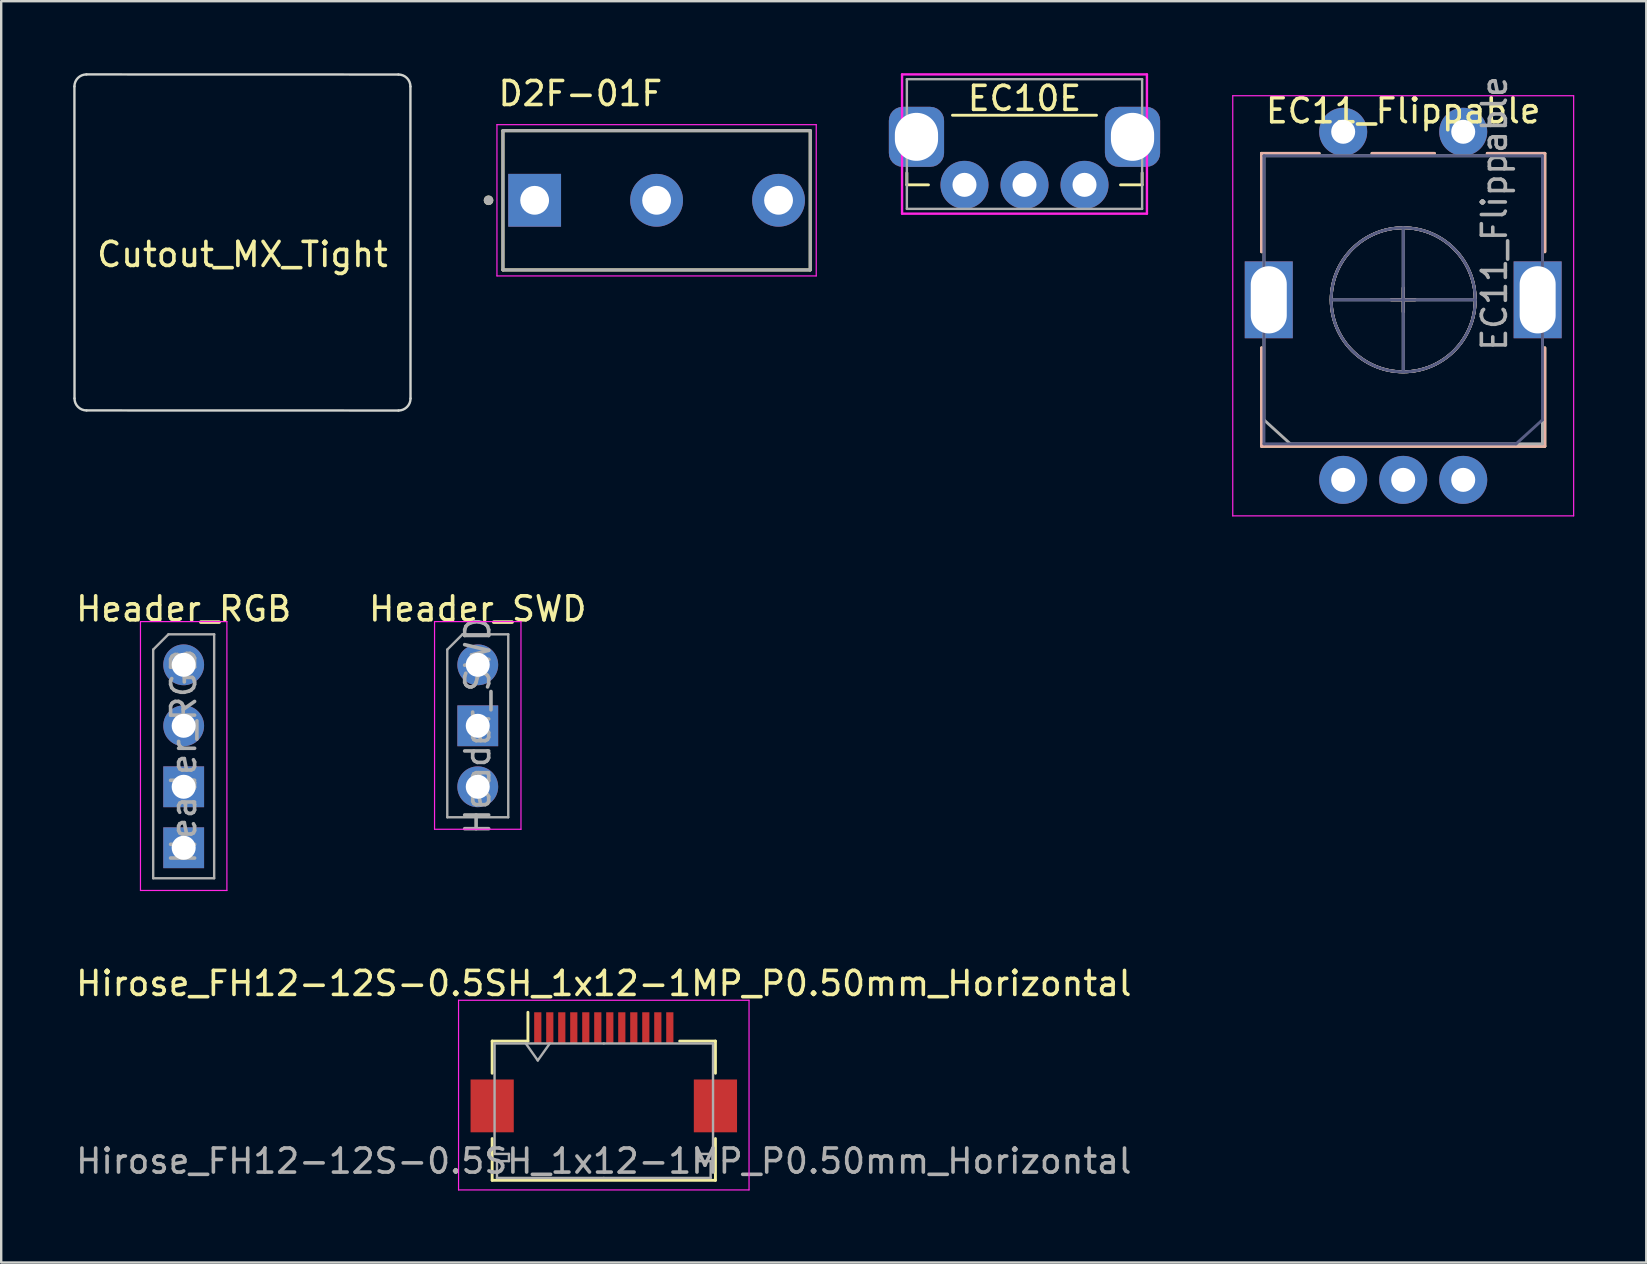
<source format=kicad_pcb>
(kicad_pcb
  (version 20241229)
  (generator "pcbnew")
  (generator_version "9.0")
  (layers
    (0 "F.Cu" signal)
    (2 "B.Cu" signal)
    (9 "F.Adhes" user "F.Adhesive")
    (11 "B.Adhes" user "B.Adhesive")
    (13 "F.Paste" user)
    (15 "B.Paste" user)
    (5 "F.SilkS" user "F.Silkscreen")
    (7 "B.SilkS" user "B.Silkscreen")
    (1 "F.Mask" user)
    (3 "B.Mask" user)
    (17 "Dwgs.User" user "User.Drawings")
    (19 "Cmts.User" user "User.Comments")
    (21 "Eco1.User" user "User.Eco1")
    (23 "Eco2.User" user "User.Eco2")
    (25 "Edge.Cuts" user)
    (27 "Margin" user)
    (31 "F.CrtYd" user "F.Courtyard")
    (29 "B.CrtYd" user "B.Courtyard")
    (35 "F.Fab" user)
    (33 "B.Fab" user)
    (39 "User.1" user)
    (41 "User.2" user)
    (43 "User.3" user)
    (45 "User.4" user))
  (footprint "Cutout_MX_Tight"
    (layer "F.Cu")
    (at 7.05 7.05)
    (property "Reference" "Cutout_MX_Tight" (at 0 0.5 0) (layer "F.SilkS") (effects (font (size 1 1) (thickness 0.15))))
    (attr through_hole)
    (fp_line (start -6.996 6.496) (end -7 -6.5) (stroke (width 0.1) (type solid)) (layer "Edge.Cuts"))
    (fp_line (start -6.496 6.996) (end 6.5 7) (stroke (width 0.1) (type solid)) (layer "Edge.Cuts"))
    (fp_line (start 6.496 -6.996) (end -6.5 -7) (stroke (width 0.1) (type solid)) (layer "Edge.Cuts"))
    (fp_line (start 6.996 -6.496) (end 7 6.5) (stroke (width 0.1) (type solid)) (layer "Edge.Cuts"))
    (fp_arc (start -7 -6.5) (mid -6.853554 -6.853554) (end -6.5 -7) (stroke (width 0.1) (type default)) (layer "Edge.Cuts"))
    (fp_arc (start -6.496445 6.996445) (mid -6.849984 6.849985) (end -6.996445 6.496445) (stroke (width 0.1) (type default)) (layer "Edge.Cuts"))
    (fp_arc (start 6.496446 -6.996446) (mid 6.85 -6.85) (end 6.996446 -6.496446) (stroke (width 0.1) (type default)) (layer "Edge.Cuts"))
    (fp_arc (start 7.000001 6.499999) (mid 6.853555 6.853553) (end 6.500001 6.999999) (stroke (width 0.1) (type default)) (layer "Edge.Cuts")))
  (footprint "Header_RGB"
    (layer "F.Cu")
    (at 4.601 24.643)
    (property "Reference" "Header_RGB" (at 0 -2.33 0) (layer "F.SilkS") (effects (font (size 1 1) (thickness 0.15))))
    (attr through_hole)
    (fp_line (start -1.8 -1.8) (end -1.8 9.4) (stroke (width 0.05) (type solid)) (layer "F.CrtYd"))
    (fp_line (start -1.8 9.4) (end 1.8 9.4) (stroke (width 0.05) (type solid)) (layer "F.CrtYd"))
    (fp_line (start 1.8 -1.8) (end -1.8 -1.8) (stroke (width 0.05) (type solid)) (layer "F.CrtYd"))
    (fp_line (start 1.8 9.4) (end 1.8 -1.8) (stroke (width 0.05) (type solid)) (layer "F.CrtYd"))
    (fp_line (start -1.27 -0.635) (end -0.635 -1.27) (stroke (width 0.1) (type solid)) (layer "F.Fab"))
    (fp_line (start -1.27 8.89) (end -1.27 -0.635) (stroke (width 0.1) (type solid)) (layer "F.Fab"))
    (fp_line (start -0.635 -1.27) (end 1.27 -1.27) (stroke (width 0.1) (type solid)) (layer "F.Fab"))
    (fp_line (start 1.27 -1.27) (end 1.27 8.89) (stroke (width 0.1) (type solid)) (layer "F.Fab"))
    (fp_line (start 1.27 8.89) (end -1.27 8.89) (stroke (width 0.1) (type solid)) (layer "F.Fab"))
    (fp_text user "${REFERENCE}" (at 0 3.81 90) (layer "F.Fab") (effects (font (size 1 1) (thickness 0.15))))
    (pad "1" thru_hole circle (at 0 0) (size 1.7 1.7) (drill 1) (layers "*.Cu" "*.Mask"))
    (pad "2" thru_hole oval (at 0 2.54) (size 1.7 1.7) (drill 1) (layers "*.Cu" "*.Mask"))
    (pad "3" thru_hole rect (at 0 5.08) (size 1.7 1.7) (drill 1) (layers "*.Cu" "*.Mask"))
    (pad "4" thru_hole rect (at 0 7.62) (size 1.7 1.7) (drill 1) (layers "*.Cu" "*.Mask")))
  (footprint "EC10E"
    (layer "F.Cu")
    (at 39.625 4.65)
    (property "Reference" "EC10E" (at 0 -3.6 0) (layer "F.SilkS") (effects (font (size 1 1) (thickness 0.15))))
    (attr through_hole)
    (fp_line (start -4.9 0) (end -4.9 -0.5) (stroke (width 0.12) (type solid)) (layer "F.SilkS"))
    (fp_line (start -4 0) (end -4.9 0) (stroke (width 0.12) (type solid)) (layer "F.SilkS"))
    (fp_line (start -3 -2.9) (end 3 -2.9) (stroke (width 0.12) (type solid)) (layer "F.SilkS"))
    (fp_line (start 4.9 -0.5) (end 4.9 0) (stroke (width 0.12) (type solid)) (layer "F.SilkS"))
    (fp_line (start 4.9 0) (end 4 0) (stroke (width 0.12) (type solid)) (layer "F.SilkS"))
    (fp_line (start -5.1 -4.6) (end -5.1 1.2) (stroke (width 0.1) (type solid)) (layer "F.CrtYd"))
    (fp_line (start -5.1 -4.6) (end 5.1 -4.6) (stroke (width 0.1) (type solid)) (layer "F.CrtYd"))
    (fp_line (start 5.1 -4.6) (end 5.1 1.2) (stroke (width 0.1) (type solid)) (layer "F.CrtYd"))
    (fp_line (start 5.1 1.2) (end -5.1 1.2) (stroke (width 0.1) (type solid)) (layer "F.CrtYd"))
    (fp_line (start -4.9 -4.4) (end -4.9 1) (stroke (width 0.1) (type solid)) (layer "F.Fab"))
    (fp_line (start -4.9 1) (end 4.9 1) (stroke (width 0.1) (type solid)) (layer "F.Fab"))
    (fp_line (start 4.9 -4.4) (end -4.9 -4.4) (stroke (width 0.1) (type solid)) (layer "F.Fab"))
    (fp_line (start 4.9 1) (end 4.9 -4.4) (stroke (width 0.1) (type solid)) (layer "F.Fab"))
    (pad "A" thru_hole circle (at -2.5 0) (size 2 2) (drill 1) (layers "*.Cu" "*.Mask"))
    (pad "B" thru_hole circle (at 0 0) (size 2 2) (drill 1) (layers "*.Cu" "*.Mask"))
    (pad "C" thru_hole circle (at 2.5 0) (size 2 2) (drill 1) (layers "*.Cu" "*.Mask"))
    (pad "MP" thru_hole roundrect (at -4.5 -2 90) (size 2.5 2.3) (drill oval 2 1.8) (layers "*.Cu" "*.Mask") (roundrect_rratio 0.25))
    (pad "MP" thru_hole roundrect (at 4.5 -2 90) (size 2.5 2.3) (drill oval 2 1.8) (layers "*.Cu" "*.Mask") (roundrect_rratio 0.25)))
  (footprint "D2F-01F"
    (layer "F.Cu")
    (at 24.3 5.293)
    (property "Reference" "D2F-01F" (at -3.175 -4.445 0) (layer "F.SilkS") (effects (font (size 1 1) (thickness 0.15))))
    (attr through_hole)
    (fp_line (start -6.4 -2.9) (end 6.4 -2.9) (stroke (width 0.127) (type solid)) (layer "F.SilkS"))
    (fp_line (start -6.4 2.9) (end -6.4 -2.9) (stroke (width 0.127) (type solid)) (layer "F.SilkS"))
    (fp_line (start 6.4 -2.9) (end 6.4 2.9) (stroke (width 0.127) (type solid)) (layer "F.SilkS"))
    (fp_line (start 6.4 2.9) (end -6.4 2.9) (stroke (width 0.127) (type solid)) (layer "F.SilkS"))
    (fp_circle (center -7 0) (end -6.9 0) (stroke (width 0.2) (type solid)) (fill no) (layer "F.SilkS"))
    (fp_line (start -6.65 -3.15) (end 6.65 -3.15) (stroke (width 0.05) (type solid)) (layer "F.CrtYd"))
    (fp_line (start -6.65 3.15) (end -6.65 -3.15) (stroke (width 0.05) (type solid)) (layer "F.CrtYd"))
    (fp_line (start 6.65 -3.15) (end 6.65 3.15) (stroke (width 0.05) (type solid)) (layer "F.CrtYd"))
    (fp_line (start 6.65 3.15) (end -6.65 3.15) (stroke (width 0.05) (type solid)) (layer "F.CrtYd"))
    (fp_line (start -6.4 -2.9) (end 6.4 -2.9) (stroke (width 0.127) (type solid)) (layer "F.Fab"))
    (fp_line (start -6.4 2.9) (end -6.4 -2.9) (stroke (width 0.127) (type solid)) (layer "F.Fab"))
    (fp_line (start 6.4 -2.9) (end 6.4 2.9) (stroke (width 0.127) (type solid)) (layer "F.Fab"))
    (fp_line (start 6.4 2.9) (end -6.4 2.9) (stroke (width 0.127) (type solid)) (layer "F.Fab"))
    (fp_circle (center -7 0) (end -6.9 0) (stroke (width 0.2) (type solid)) (fill no) (layer "F.Fab"))
    (pad "1" thru_hole rect (at -5.08 0) (size 2.2 2.2) (drill 1.2) (layers "*.Cu" "*.Mask"))
    (pad "2" thru_hole circle (at 0 0) (size 2.2 2.2) (drill 1.2) (layers "*.Cu" "*.Mask"))
    (pad "3" thru_hole circle (at 5.08 0) (size 2.2 2.2) (drill 1.2) (layers "*.Cu" "*.Mask")))
  (footprint "Hirose_FH12-12S-0.5SH_1x12-1MP_P0.50mm_Horizontal"
    (layer "F.Cu")
    (at 22.101 41.616)
    (property "Reference" "Hirose_FH12-12S-0.5SH_1x12-1MP_P0.50mm_Horizontal" (at 0 -3.7 0) (layer "F.SilkS") (effects (font (size 1 1) (thickness 0.15))))
    (attr smd)
    (fp_line (start -4.65 -1.3) (end -4.65 0.04) (stroke (width 0.12) (type solid)) (layer "F.SilkS"))
    (fp_line (start -4.65 2.76) (end -4.65 4.5) (stroke (width 0.12) (type solid)) (layer "F.SilkS"))
    (fp_line (start -4.65 4.5) (end 4.65 4.5) (stroke (width 0.12) (type solid)) (layer "F.SilkS"))
    (fp_line (start -3.16 -1.3) (end -4.65 -1.3) (stroke (width 0.12) (type solid)) (layer "F.SilkS"))
    (fp_line (start -3.16 -1.3) (end -3.16 -2.5) (stroke (width 0.12) (type solid)) (layer "F.SilkS"))
    (fp_line (start 3.16 -1.3) (end 4.65 -1.3) (stroke (width 0.12) (type solid)) (layer "F.SilkS"))
    (fp_line (start 4.65 -1.3) (end 4.65 0.04) (stroke (width 0.12) (type solid)) (layer "F.SilkS"))
    (fp_line (start 4.65 4.5) (end 4.65 2.76) (stroke (width 0.12) (type solid)) (layer "F.SilkS"))
    (fp_line (start -6.05 -3) (end -6.05 4.9) (stroke (width 0.05) (type solid)) (layer "F.CrtYd"))
    (fp_line (start -6.05 4.9) (end 6.05 4.9) (stroke (width 0.05) (type solid)) (layer "F.CrtYd"))
    (fp_line (start 6.05 -3) (end -6.05 -3) (stroke (width 0.05) (type solid)) (layer "F.CrtYd"))
    (fp_line (start 6.05 4.9) (end 6.05 -3) (stroke (width 0.05) (type solid)) (layer "F.CrtYd"))
    (fp_line (start -4.55 -1.2) (end -4.55 3.4) (stroke (width 0.1) (type solid)) (layer "F.Fab"))
    (fp_line (start -4.55 3.4) (end -3.95 3.4) (stroke (width 0.1) (type solid)) (layer "F.Fab"))
    (fp_line (start -4.45 3.7) (end -4.45 4.4) (stroke (width 0.1) (type solid)) (layer "F.Fab"))
    (fp_line (start -4.45 4.4) (end 0 4.4) (stroke (width 0.1) (type solid)) (layer "F.Fab"))
    (fp_line (start -3.95 3.4) (end -3.95 3.7) (stroke (width 0.1) (type solid)) (layer "F.Fab"))
    (fp_line (start -3.95 3.7) (end -4.45 3.7) (stroke (width 0.1) (type solid)) (layer "F.Fab"))
    (fp_line (start -3.25 -1.2) (end -2.75 -0.493) (stroke (width 0.1) (type solid)) (layer "F.Fab"))
    (fp_line (start -2.75 -0.493) (end -2.25 -1.2) (stroke (width 0.1) (type solid)) (layer "F.Fab"))
    (fp_line (start 0 -1.2) (end -4.55 -1.2) (stroke (width 0.1) (type solid)) (layer "F.Fab"))
    (fp_line (start 0 -1.2) (end 4.55 -1.2) (stroke (width 0.1) (type solid)) (layer "F.Fab"))
    (fp_line (start 3.95 3.4) (end 3.95 3.7) (stroke (width 0.1) (type solid)) (layer "F.Fab"))
    (fp_line (start 3.95 3.7) (end 4.45 3.7) (stroke (width 0.1) (type solid)) (layer "F.Fab"))
    (fp_line (start 4.45 3.7) (end 4.45 4.4) (stroke (width 0.1) (type solid)) (layer "F.Fab"))
    (fp_line (start 4.45 4.4) (end 0 4.4) (stroke (width 0.1) (type solid)) (layer "F.Fab"))
    (fp_line (start 4.55 -1.2) (end 4.55 3.4) (stroke (width 0.1) (type solid)) (layer "F.Fab"))
    (fp_line (start 4.55 3.4) (end 3.95 3.4) (stroke (width 0.1) (type solid)) (layer "F.Fab"))
    (fp_text user "${REFERENCE}" (at 0 3.7 0) (layer "F.Fab") (effects (font (size 1 1) (thickness 0.15))))
    (pad "1" smd rect (at -2.75 -1.85) (size 0.3 1.3) (layers "F.Cu" "F.Mask" "F.Paste"))
    (pad "2" smd rect (at -2.25 -1.85) (size 0.3 1.3) (layers "F.Cu" "F.Mask" "F.Paste"))
    (pad "3" smd rect (at -1.75 -1.85) (size 0.3 1.3) (layers "F.Cu" "F.Mask" "F.Paste"))
    (pad "4" smd rect (at -1.25 -1.85) (size 0.3 1.3) (layers "F.Cu" "F.Mask" "F.Paste"))
    (pad "5" smd rect (at -0.75 -1.85) (size 0.3 1.3) (layers "F.Cu" "F.Mask" "F.Paste"))
    (pad "6" smd rect (at -0.25 -1.85) (size 0.3 1.3) (layers "F.Cu" "F.Mask" "F.Paste"))
    (pad "7" smd rect (at 0.25 -1.85) (size 0.3 1.3) (layers "F.Cu" "F.Mask" "F.Paste"))
    (pad "8" smd rect (at 0.75 -1.85) (size 0.3 1.3) (layers "F.Cu" "F.Mask" "F.Paste"))
    (pad "9" smd rect (at 1.25 -1.85) (size 0.3 1.3) (layers "F.Cu" "F.Mask" "F.Paste"))
    (pad "10" smd rect (at 1.75 -1.85) (size 0.3 1.3) (layers "F.Cu" "F.Mask" "F.Paste"))
    (pad "11" smd rect (at 2.25 -1.85) (size 0.3 1.3) (layers "F.Cu" "F.Mask" "F.Paste"))
    (pad "12" smd rect (at 2.75 -1.85) (size 0.3 1.3) (layers "F.Cu" "F.Mask" "F.Paste"))
    (pad "MP" smd rect (at -4.65 1.4) (size 1.8 2.2) (layers "F.Cu" "F.Mask" "F.Paste"))
    (pad "MP" smd rect (at 4.65 1.4) (size 1.8 2.2) (layers "F.Cu" "F.Mask" "F.Paste")))
  (footprint "EC11_Flippable"
    (layer "F.Cu")
    (at 55.4 9.439)
    (property "Reference" "EC11_Flippable" (at 0 -7.874 0) (layer "F.SilkS") (effects (font (size 1 1) (thickness 0.15))))
    (attr through_hole)
    (fp_line (start -5.9 -6.1) (end -3.5 -6.1) (stroke (width 0.12) (type solid)) (layer "F.SilkS"))
    (fp_line (start -5.9 -2) (end -5.9 -6.1) (stroke (width 0.12) (type solid)) (layer "F.SilkS"))
    (fp_line (start -5.9 2) (end -5.9 6.1) (stroke (width 0.12) (type solid)) (layer "F.SilkS"))
    (fp_line (start -5.9 6.1) (end 5.9 6.1) (stroke (width 0.12) (type solid)) (layer "F.SilkS"))
    (fp_line (start -1.3 -6.1) (end 1.3 -6.1) (stroke (width 0.12) (type solid)) (layer "F.SilkS"))
    (fp_line (start -0.5 0) (end 0.5 0) (stroke (width 0.12) (type solid)) (layer "F.SilkS"))
    (fp_line (start 0 0.5) (end 0 -0.5) (stroke (width 0.12) (type solid)) (layer "F.SilkS"))
    (fp_line (start 3.5 -6.1) (end 5.9 -6.1) (stroke (width 0.12) (type solid)) (layer "F.SilkS"))
    (fp_line (start 5.9 -6.1) (end 5.9 -2) (stroke (width 0.12) (type solid)) (layer "F.SilkS"))
    (fp_line (start 5.9 2) (end 5.9 6.1) (stroke (width 0.12) (type solid)) (layer "F.SilkS"))
    (fp_circle (center 0 0) (end 0 -3) (stroke (width 0.12) (type solid)) (fill no) (layer "F.SilkS"))
    (fp_line (start -5.9 -6.1) (end -5.9 -2) (stroke (width 0.12) (type solid)) (layer "B.SilkS"))
    (fp_line (start -5.9 2) (end -5.9 6.1) (stroke (width 0.12) (type solid)) (layer "B.SilkS"))
    (fp_line (start -3.5 -6.1) (end -5.9 -6.1) (stroke (width 0.12) (type solid)) (layer "B.SilkS"))
    (fp_line (start 0 0.5) (end 0 -0.5) (stroke (width 0.12) (type solid)) (layer "B.SilkS"))
    (fp_line (start 0.5 0) (end -0.5 0) (stroke (width 0.12) (type solid)) (layer "B.SilkS"))
    (fp_line (start 1.3 -6.1) (end -1.3 -6.1) (stroke (width 0.12) (type solid)) (layer "B.SilkS"))
    (fp_line (start 5.9 -6.1) (end 3.5 -6.1) (stroke (width 0.12) (type solid)) (layer "B.SilkS"))
    (fp_line (start 5.9 -2) (end 5.9 -6.1) (stroke (width 0.12) (type solid)) (layer "B.SilkS"))
    (fp_line (start 5.9 2) (end 5.9 6.1) (stroke (width 0.12) (type solid)) (layer "B.SilkS"))
    (fp_line (start 5.9 6.1) (end -5.9 6.1) (stroke (width 0.12) (type solid)) (layer "B.SilkS"))
    (fp_circle (center 0 0) (end 0 -3) (stroke (width 0.12) (type solid)) (fill no) (layer "B.SilkS"))
    (fp_line (start -7.1 9) (end -7.1 -8.5) (stroke (width 0.05) (type solid)) (layer "F.CrtYd"))
    (fp_line (start -7.1 9) (end 7.1 9) (stroke (width 0.05) (type solid)) (layer "F.CrtYd"))
    (fp_line (start 7.1 -8.5) (end -7.1 -8.5) (stroke (width 0.05) (type solid)) (layer "F.CrtYd"))
    (fp_line (start 7.1 -8.5) (end 7.1 9) (stroke (width 0.05) (type solid)) (layer "F.CrtYd"))
    (fp_line (start -5.8 -6) (end -5.8 6) (stroke (width 0.12) (type solid)) (layer "B.Fab"))
    (fp_line (start -5.8 6) (end 4.7 6) (stroke (width 0.12) (type solid)) (layer "B.Fab"))
    (fp_line (start 0 3) (end 0 -3) (stroke (width 0.12) (type solid)) (layer "B.Fab"))
    (fp_line (start 3 0) (end -3 0) (stroke (width 0.12) (type solid)) (layer "B.Fab"))
    (fp_line (start 4.7 6) (end 5.8 5) (stroke (width 0.12) (type solid)) (layer "B.Fab"))
    (fp_line (start 5.8 -6) (end -5.8 -6) (stroke (width 0.12) (type solid)) (layer "B.Fab"))
    (fp_line (start 5.8 5) (end 5.8 -6) (stroke (width 0.12) (type solid)) (layer "B.Fab"))
    (fp_circle (center 0 0) (end 0 -3) (stroke (width 0.12) (type solid)) (fill no) (layer "B.Fab"))
    (fp_line (start -5.8 -6) (end 5.8 -6) (stroke (width 0.12) (type solid)) (layer "F.Fab"))
    (fp_line (start -5.8 5) (end -5.8 -6) (stroke (width 0.12) (type solid)) (layer "F.Fab"))
    (fp_line (start -4.7 6) (end -5.8 5) (stroke (width 0.12) (type solid)) (layer "F.Fab"))
    (fp_line (start -3 0) (end 3 0) (stroke (width 0.12) (type solid)) (layer "F.Fab"))
    (fp_line (start 0 3) (end 0 -3) (stroke (width 0.12) (type solid)) (layer "F.Fab"))
    (fp_line (start 5.8 -6) (end 5.8 6) (stroke (width 0.12) (type solid)) (layer "F.Fab"))
    (fp_line (start 5.8 6) (end -4.7 6) (stroke (width 0.12) (type solid)) (layer "F.Fab"))
    (fp_circle (center 0 0) (end 0 -3) (stroke (width 0.12) (type solid)) (fill no) (layer "F.Fab"))
    (fp_text user "${REFERENCE}" (at 3.8 -3.6 90) (layer "F.Fab") (effects (font (size 1 1) (thickness 0.15))))
    (pad "A" thru_hole circle (at -2.5 7.5 90) (size 2 2) (drill 1) (layers "*.Cu" "*.Mask"))
    (pad "B" thru_hole circle (at 2.5 7.5 90) (size 2 2) (drill 1) (layers "*.Cu" "*.Mask"))
    (pad "C" thru_hole circle (at 0 7.5 90) (size 2 2) (drill 1) (layers "*.Cu" "*.Mask"))
    (pad "MP" thru_hole rect (at -5.6 0 90) (size 3.2 2) (drill oval 2.8 1.5) (layers "*.Cu" "*.Mask"))
    (pad "MP" thru_hole rect (at 5.6 0 90) (size 3.2 2) (drill oval 2.8 1.5) (layers "*.Cu" "*.Mask"))
    (pad "S1" thru_hole circle (at 2.5 -7 90) (size 2 2) (drill 1) (layers "*.Cu" "*.Mask"))
    (pad "S2" thru_hole circle (at -2.5 -7 90) (size 2 2) (drill 1) (layers "*.Cu" "*.Mask")))
  (footprint "Header_SWD"
    (layer "F.Cu")
    (at 16.851 24.643)
    (property "Reference" "Header_SWD" (at 0 -2.33 0) (layer "F.SilkS") (effects (font (size 1 1) (thickness 0.15))))
    (attr through_hole)
    (fp_line (start -1.8 -1.8) (end -1.8 6.85) (stroke (width 0.05) (type solid)) (layer "F.CrtYd"))
    (fp_line (start -1.8 6.85) (end 1.8 6.85) (stroke (width 0.05) (type solid)) (layer "F.CrtYd"))
    (fp_line (start 1.8 -1.8) (end -1.8 -1.8) (stroke (width 0.05) (type solid)) (layer "F.CrtYd"))
    (fp_line (start 1.8 6.85) (end 1.8 -1.8) (stroke (width 0.05) (type solid)) (layer "F.CrtYd"))
    (fp_line (start -1.27 -0.635) (end -0.635 -1.27) (stroke (width 0.1) (type solid)) (layer "F.Fab"))
    (fp_line (start -1.27 6.35) (end -1.27 -0.635) (stroke (width 0.1) (type solid)) (layer "F.Fab"))
    (fp_line (start -0.635 -1.27) (end 1.27 -1.27) (stroke (width 0.1) (type solid)) (layer "F.Fab"))
    (fp_line (start 1.27 -1.27) (end 1.27 6.35) (stroke (width 0.1) (type solid)) (layer "F.Fab"))
    (fp_line (start 1.27 6.35) (end -1.27 6.35) (stroke (width 0.1) (type solid)) (layer "F.Fab"))
    (fp_text user "${REFERENCE}" (at 0 2.54 90) (layer "F.Fab") (effects (font (size 1 1) (thickness 0.15))))
    (pad "1" thru_hole circle (at 0 0) (size 1.7 1.7) (drill 1) (layers "*.Cu" "*.Mask"))
    (pad "2" thru_hole rect (at 0 2.54) (size 1.7 1.7) (drill 1) (layers "*.Cu" "*.Mask"))
    (pad "3" thru_hole oval (at 0 5.08) (size 1.7 1.7) (drill 1) (layers "*.Cu" "*.Mask")))
  (gr_rect
    (start -3 -3)
    (end 65.525 49.541)
    (stroke (width 0.1) (type default))
    (fill no)
    (layer "Edge.Cuts")))
</source>
